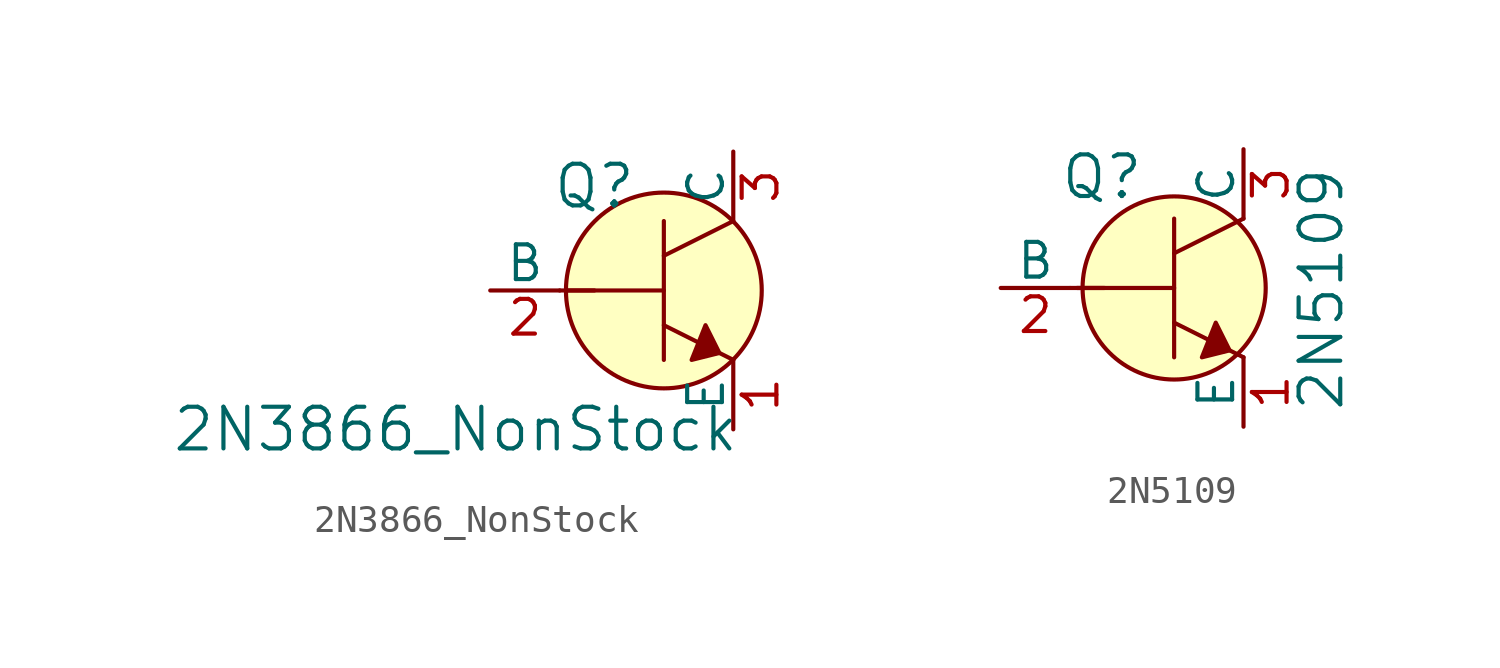
<source format=kicad_sym>
(kicad_symbol_lib
  (version 20220914)
  (generator kicad_symbol_editor)
  (symbol "2N3866_NonStock"
    (pin_names
      (offset 0))
    (property "Reference" "Q"
      (at -2.54 3.81 0)
      (effects (font (size 1.524 1.524))))
    (property "Value" "2N3866_NonStock"
      (at -7.62 -5.08 0)
      (effects (font (size 1.524 1.524))))
    (symbol "2N3866_NonStock_0_1"
      (polyline (pts (xy -3.81 0) (xy -2.54 0)) (stroke (width 0) (type default)) (fill (type none)))
      (polyline (pts (xy -3.556 0) (xy 0 0)) (stroke (width 0) (type default)) (fill (type none)))
      (polyline (pts (xy 0 -1.27) (xy 2.54 -2.54)) (stroke (width 0) (type default)) (fill (type none)))
      (polyline (pts (xy 0 1.27) (xy 2.54 2.54)) (stroke (width 0) (type default)) (fill (type none)))
      (polyline (pts (xy 0 2.54) (xy 0 -2.54)) (stroke (width 0) (type default)) (fill (type none)))
      (polyline (pts (xy 1.524 -1.27) (xy 2.032 -2.286) (xy 1.016 -2.54) (xy 1.524 -1.27)) (stroke (width 0) (type default)) (fill (type outline)))
      (circle (center 0 0) (radius 3.581) (stroke (width 0) (type default)) (fill (type background))))
    (symbol "2N3866_NonStock_1_1"
      (pin input line (at 2.54 -5.08 90) (length 2.54) (name "E" (effects (font (size 1.27 1.27)))) (number "1" (effects (font (size 1.27 1.27)))))
      (pin input line (at -6.35 0 0) (length 2.54) (name "B" (effects (font (size 1.27 1.27)))) (number "2" (effects (font (size 1.27 1.27)))))
      (pin input line (at 2.54 5.08 270) (length 2.54) (name "C" (effects (font (size 1.27 1.27)))) (number "3" (effects (font (size 1.27 1.27)))))))
  (symbol "2N5109"
    (pin_names
      (offset 0))
    (property "Reference" "Q"
      (at -5.182 4.064 0)
      (effects (font (size 1.524 1.524))))
    (property "Value" "2N5109"
      (at 2.845 -0.051 90)
      (effects (font (size 1.524 1.524))))
    (symbol "2N5109_0_1"
      (circle (center -2.54 0) (radius 3.353) (stroke (width 0) (type default)) (fill (type background)))
      (polyline (pts (xy -6.35 0) (xy -5.08 0)) (stroke (width 0) (type default)) (fill (type none)))
      (polyline (pts (xy -6.096 0) (xy -2.54 0)) (stroke (width 0) (type default)) (fill (type none)))
      (polyline (pts (xy -2.54 -1.27) (xy 0 -2.54)) (stroke (width 0) (type default)) (fill (type none)))
      (polyline (pts (xy -2.54 1.27) (xy 0 2.54)) (stroke (width 0) (type default)) (fill (type none)))
      (polyline (pts (xy -2.54 2.54) (xy -2.54 -2.54)) (stroke (width 0) (type default)) (fill (type none)))
      (polyline (pts (xy -1.016 -1.27) (xy -0.508 -2.286) (xy -1.524 -2.54) (xy -1.016 -1.27)) (stroke (width 0) (type default)) (fill (type outline))))
    (symbol "2N5109_1_1"
      (pin passive line (at 0 -5.08 90) (length 2.54) (name "E" (effects (font (size 1.27 1.27)))) (number "1" (effects (font (size 1.27 1.27)))))
      (pin input line (at -8.89 0 0) (length 2.54) (name "B" (effects (font (size 1.27 1.27)))) (number "2" (effects (font (size 1.27 1.27)))))
      (pin passive line (at 0 5.08 270) (length 2.54) (name "C" (effects (font (size 1.27 1.27)))) (number "3" (effects (font (size 1.27 1.27))))))))
</source>
